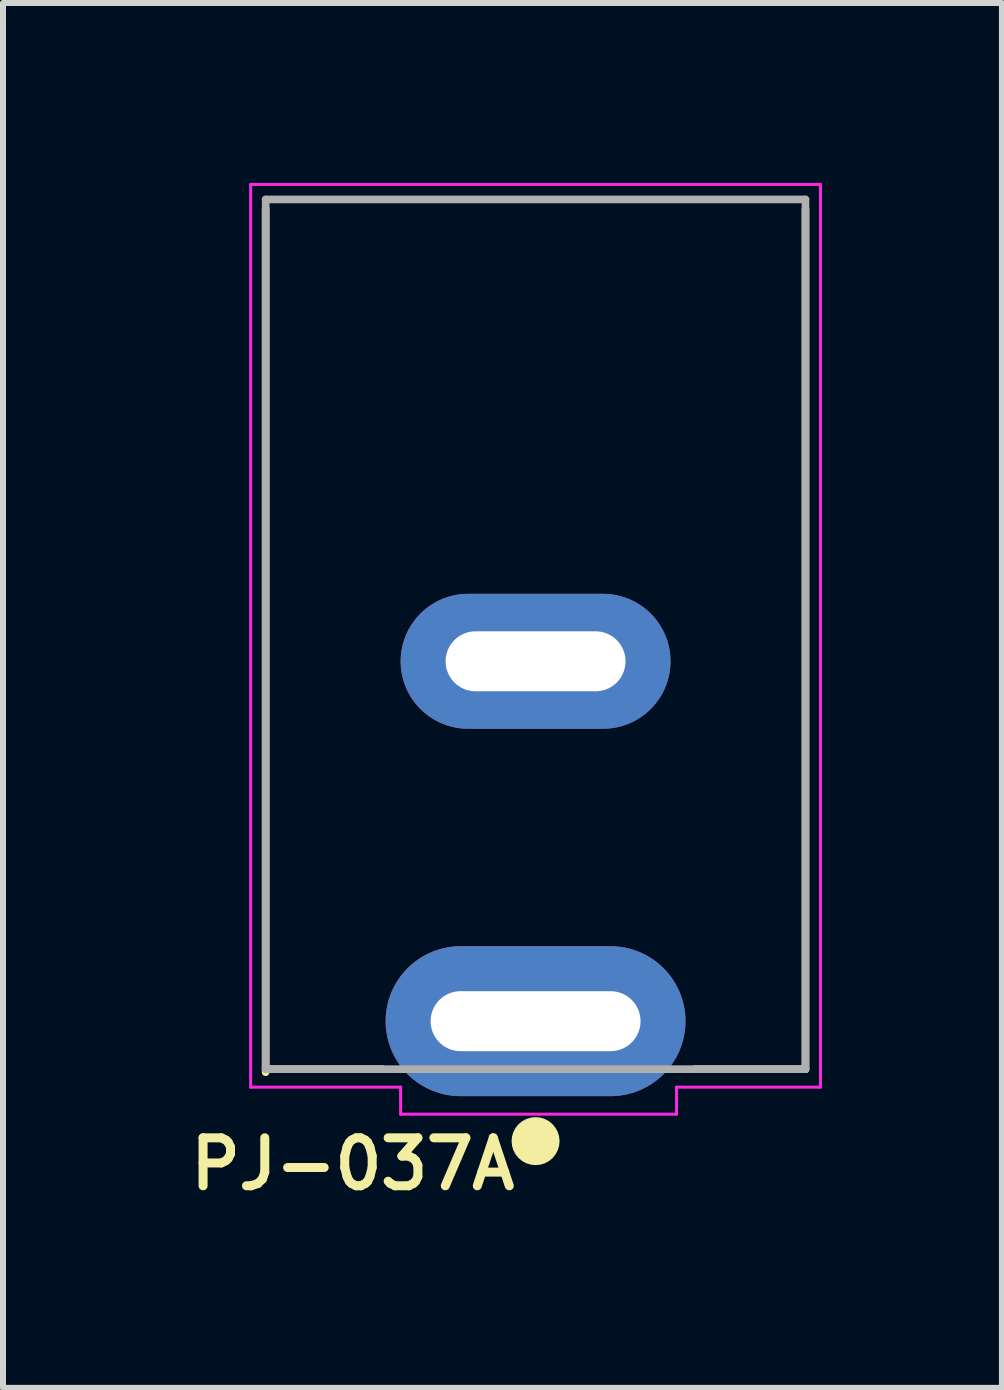
<source format=kicad_pcb>
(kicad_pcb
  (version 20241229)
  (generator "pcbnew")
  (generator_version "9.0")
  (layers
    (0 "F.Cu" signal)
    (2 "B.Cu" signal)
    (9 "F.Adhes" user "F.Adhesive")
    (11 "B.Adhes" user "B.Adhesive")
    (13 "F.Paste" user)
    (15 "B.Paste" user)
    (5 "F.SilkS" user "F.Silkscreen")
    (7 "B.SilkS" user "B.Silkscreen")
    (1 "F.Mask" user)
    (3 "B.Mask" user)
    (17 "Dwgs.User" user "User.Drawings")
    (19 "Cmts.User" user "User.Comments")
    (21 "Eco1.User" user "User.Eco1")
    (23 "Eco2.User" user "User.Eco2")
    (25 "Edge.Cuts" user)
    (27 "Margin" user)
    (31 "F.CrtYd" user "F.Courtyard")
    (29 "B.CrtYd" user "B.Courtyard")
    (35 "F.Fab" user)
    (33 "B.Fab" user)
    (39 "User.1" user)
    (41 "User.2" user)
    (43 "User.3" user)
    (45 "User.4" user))
  (footprint "PJ-037A"
    (layer "F.Cu")
    (at 5.879 7.975)
    (property "Reference" "PJ-037A" (at -3.048 8.382 180) (layer "F.SilkS") (effects (font (size 0.8 0.8) (thickness 0.15))))
    (attr through_hole)
    (fp_line (start -4.5 6.851) (end -4.5 -7.544) (stroke (width 0.127) (type solid)) (layer "F.SilkS"))
    (fp_line (start -2.55 6.8) (end -4.5 6.8) (stroke (width 0.127) (type solid)) (layer "F.SilkS"))
    (fp_line (start 4.5 -7.544) (end 4.5 6.8) (stroke (width 0.127) (type solid)) (layer "F.SilkS"))
    (fp_line (start 4.5 6.8) (end 2.65 6.8) (stroke (width 0.127) (type solid)) (layer "F.SilkS"))
    (fp_circle (center 0 8) (end 0 7.8) (stroke (width 0.4) (type solid)) (fill no) (layer "F.SilkS"))
    (fp_line (start -4.75 -7.95) (end 4.75 -7.95) (stroke (width 0.05) (type solid)) (layer "F.CrtYd"))
    (fp_line (start -4.75 7.1) (end -4.75 -7.95) (stroke (width 0.05) (type solid)) (layer "F.CrtYd"))
    (fp_line (start -2.25 7.1) (end -4.75 7.1) (stroke (width 0.05) (type solid)) (layer "F.CrtYd"))
    (fp_line (start -2.25 7.1) (end -2.25 7.55) (stroke (width 0.05) (type solid)) (layer "F.CrtYd"))
    (fp_line (start -2.25 7.55) (end 2.35 7.55) (stroke (width 0.05) (type solid)) (layer "F.CrtYd"))
    (fp_line (start 2.35 7.55) (end 2.35 7.1) (stroke (width 0.05) (type solid)) (layer "F.CrtYd"))
    (fp_line (start 4.75 -7.95) (end 4.75 7.1) (stroke (width 0.05) (type solid)) (layer "F.CrtYd"))
    (fp_line (start 4.75 7.1) (end 2.35 7.1) (stroke (width 0.05) (type solid)) (layer "F.CrtYd"))
    (fp_line (start -4.5 -7.7) (end 4.5 -7.7) (stroke (width 0.127) (type solid)) (layer "F.Fab"))
    (fp_line (start -4.5 6.8) (end -4.5 -7.7) (stroke (width 0.127) (type solid)) (layer "F.Fab"))
    (fp_line (start 4.5 -7.7) (end 4.5 6.8) (stroke (width 0.127) (type solid)) (layer "F.Fab"))
    (fp_line (start 4.5 6.8) (end -4.5 6.8) (stroke (width 0.127) (type solid)) (layer "F.Fab"))
    (pad "1" thru_hole oval (at 0 6 90) (size 2.5 5) (drill oval 1 3.5) (layers "*.Cu" "*.Mask"))
    (pad "2" thru_hole oval (at 0 0 90) (size 2.25 4.5) (drill oval 1 3) (layers "*.Cu" "*.Mask")))
  (gr_rect
    (start -3 -3)
    (end 13.654 20.088)
    (stroke (width 0.1) (type default))
    (fill no)
    (layer "Edge.Cuts")))
</source>
